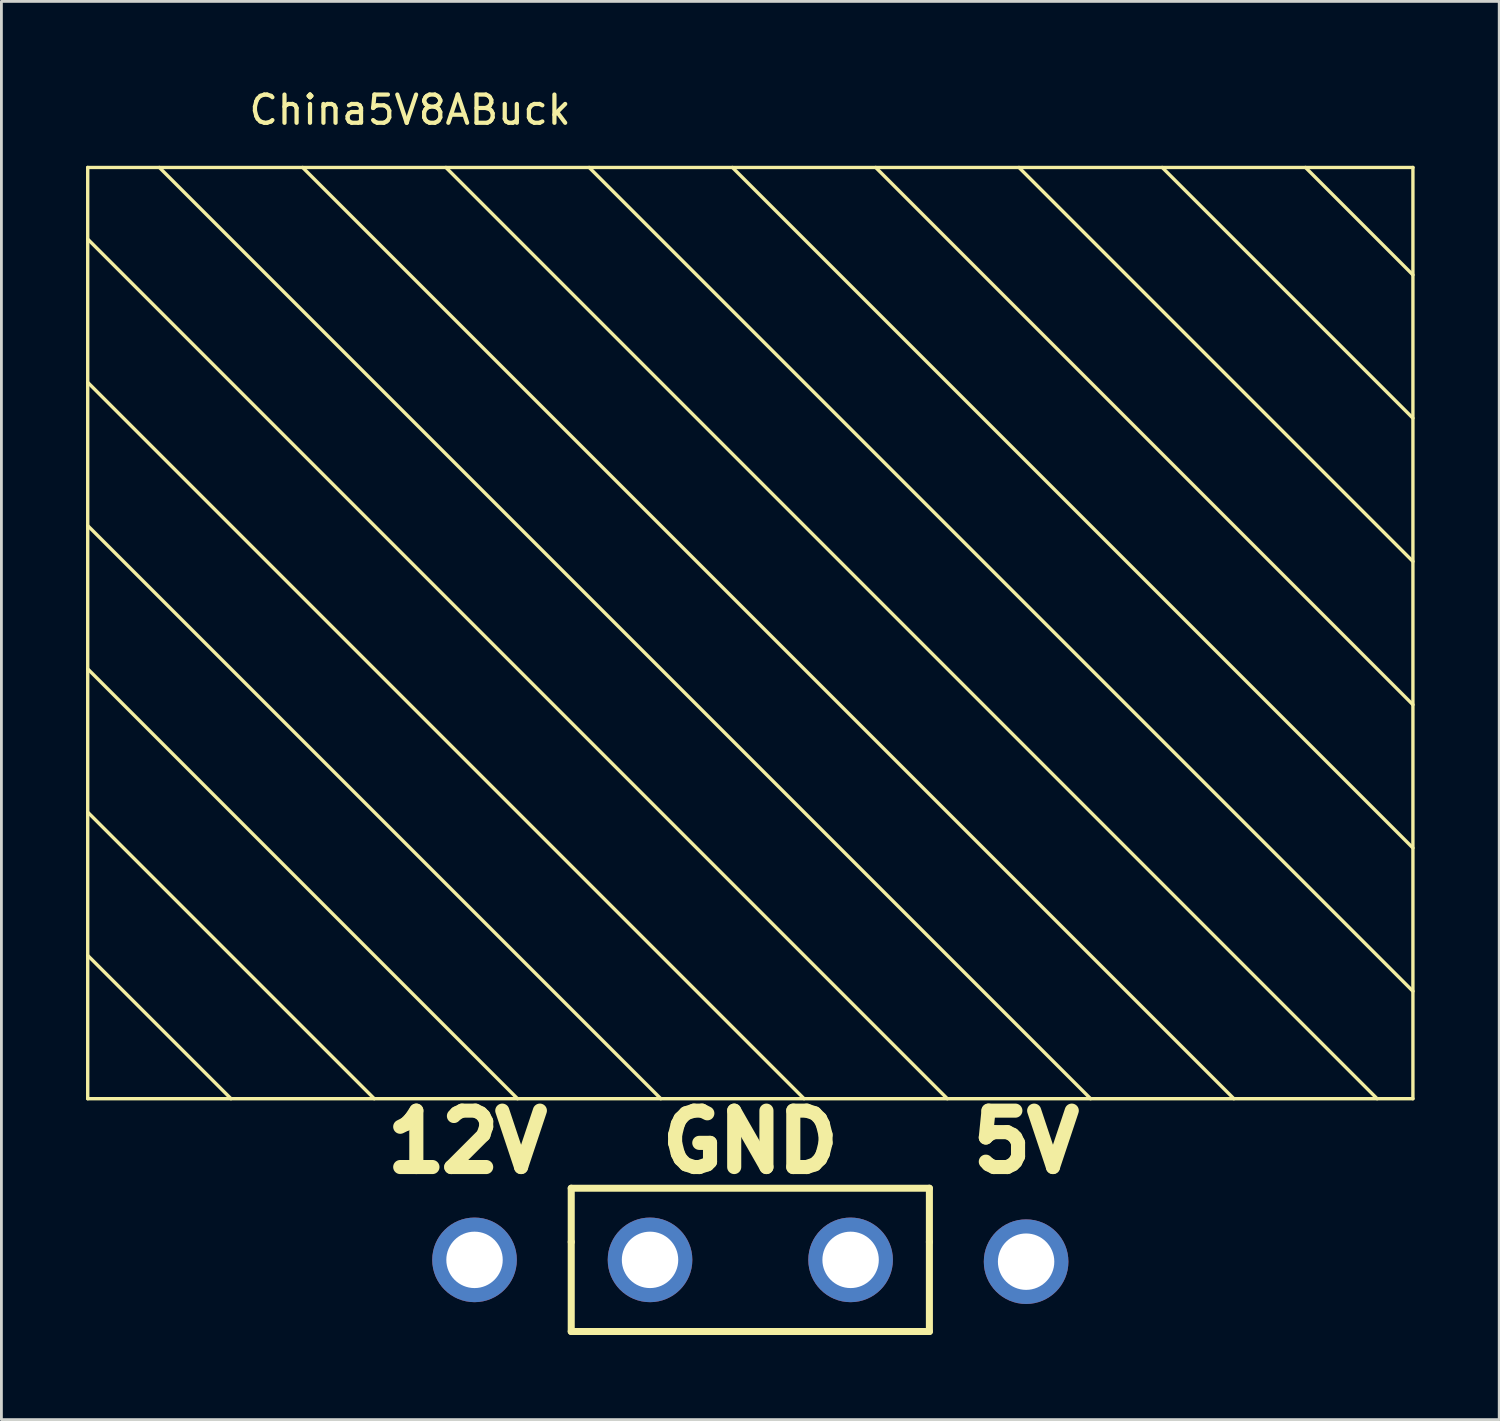
<source format=kicad_pcb>
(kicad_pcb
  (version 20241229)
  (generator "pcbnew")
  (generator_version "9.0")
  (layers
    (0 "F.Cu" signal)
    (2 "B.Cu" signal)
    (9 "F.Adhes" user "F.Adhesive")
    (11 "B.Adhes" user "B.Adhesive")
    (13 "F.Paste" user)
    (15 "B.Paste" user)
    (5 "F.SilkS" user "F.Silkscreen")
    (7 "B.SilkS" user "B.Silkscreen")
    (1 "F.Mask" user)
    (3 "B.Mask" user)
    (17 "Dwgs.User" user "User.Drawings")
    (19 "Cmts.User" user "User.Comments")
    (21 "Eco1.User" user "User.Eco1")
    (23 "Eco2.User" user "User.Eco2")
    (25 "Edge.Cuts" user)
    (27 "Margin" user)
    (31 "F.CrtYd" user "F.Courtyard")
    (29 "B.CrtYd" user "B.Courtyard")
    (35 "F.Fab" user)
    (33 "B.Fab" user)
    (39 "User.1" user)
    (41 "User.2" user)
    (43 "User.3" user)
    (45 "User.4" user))
  (footprint "China5V8ABuck"
    (layer "F.Cu")
    (at 11.49 0.348)
    (property "Reference" "China5V8ABuck" (at 0 0.5 0) (layer "F.SilkS") (effects (font (size 1 1) (thickness 0.15))))
    (attr through_hole)
    (fp_line (start -11.43 2.54) (end 35.56 2.54) (stroke (width 0.12) (type solid)) (layer "F.SilkS"))
    (fp_line (start -11.43 5.08) (end 19.05 35.56) (stroke (width 0.12) (type solid)) (layer "F.SilkS"))
    (fp_line (start -11.43 10.16) (end 13.97 35.56) (stroke (width 0.12) (type solid)) (layer "F.SilkS"))
    (fp_line (start -11.43 15.24) (end 8.89 35.56) (stroke (width 0.12) (type solid)) (layer "F.SilkS"))
    (fp_line (start -11.43 20.32) (end 3.81 35.56) (stroke (width 0.12) (type solid)) (layer "F.SilkS"))
    (fp_line (start -11.43 25.4) (end -1.27 35.56) (stroke (width 0.12) (type solid)) (layer "F.SilkS"))
    (fp_line (start -11.43 30.48) (end -6.35 35.56) (stroke (width 0.12) (type solid)) (layer "F.SilkS"))
    (fp_line (start -11.43 35.56) (end -11.43 2.54) (stroke (width 0.12) (type solid)) (layer "F.SilkS"))
    (fp_line (start -8.89 2.54) (end 24.13 35.56) (stroke (width 0.12) (type solid)) (layer "F.SilkS"))
    (fp_line (start -3.81 2.54) (end 29.21 35.56) (stroke (width 0.12) (type solid)) (layer "F.SilkS"))
    (fp_line (start 1.27 2.54) (end 34.29 35.56) (stroke (width 0.12) (type solid)) (layer "F.SilkS"))
    (fp_line (start 5.715 38.735) (end 5.715 40.64) (stroke (width 0.25) (type solid)) (layer "F.SilkS"))
    (fp_line (start 5.715 40.64) (end 5.715 43.815) (stroke (width 0.25) (type solid)) (layer "F.SilkS"))
    (fp_line (start 5.715 43.815) (end 18.415 43.815) (stroke (width 0.25) (type solid)) (layer "F.SilkS"))
    (fp_line (start 6.35 2.54) (end 35.56 31.75) (stroke (width 0.12) (type solid)) (layer "F.SilkS"))
    (fp_line (start 11.43 2.54) (end 35.56 26.67) (stroke (width 0.12) (type solid)) (layer "F.SilkS"))
    (fp_line (start 16.51 2.54) (end 35.56 21.59) (stroke (width 0.12) (type solid)) (layer "F.SilkS"))
    (fp_line (start 18.415 38.735) (end 5.715 38.735) (stroke (width 0.25) (type solid)) (layer "F.SilkS"))
    (fp_line (start 18.415 40.64) (end 18.415 38.735) (stroke (width 0.25) (type solid)) (layer "F.SilkS"))
    (fp_line (start 18.415 43.815) (end 18.415 40.64) (stroke (width 0.25) (type solid)) (layer "F.SilkS"))
    (fp_line (start 21.59 2.54) (end 35.56 16.51) (stroke (width 0.12) (type solid)) (layer "F.SilkS"))
    (fp_line (start 26.67 2.54) (end 35.56 11.43) (stroke (width 0.12) (type solid)) (layer "F.SilkS"))
    (fp_line (start 31.75 2.54) (end 35.56 6.35) (stroke (width 0.12) (type solid)) (layer "F.SilkS"))
    (fp_line (start 35.56 2.54) (end 35.56 35.56) (stroke (width 0.12) (type solid)) (layer "F.SilkS"))
    (fp_line (start 35.56 35.56) (end -11.43 35.56) (stroke (width 0.12) (type solid)) (layer "F.SilkS"))
    (fp_text user "5V" (at 21.844 37.084 0) (layer "F.SilkS") (effects (font (size 2 2) (thickness 0.5))))
    (fp_text user "12V" (at 2.032 37.084 0) (layer "F.SilkS") (effects (font (size 2 2) (thickness 0.5))))
    (fp_text user "GND" (at 12.065 37.084 0) (layer "F.SilkS") (effects (font (size 2 2) (thickness 0.5))))
    (pad "1" thru_hole circle (at 2.286 41.275) (size 3 3) (drill 2) (layers "*.Cu" "*.Mask"))
    (pad "2" thru_hole circle (at 8.509 41.275) (size 3 3) (drill 2) (layers "*.Cu" "*.Mask"))
    (pad "3" thru_hole circle (at 15.621 41.275) (size 3 3) (drill 2) (layers "*.Cu" "*.Mask"))
    (pad "4" thru_hole circle (at 21.844 41.339) (size 3 3) (drill 2) (layers "*.Cu" "*.Mask")))
  (gr_rect
    (start -3 -3)
    (end 50.11 47.288)
    (stroke (width 0.1) (type default))
    (fill no)
    (layer "Edge.Cuts")))
</source>
